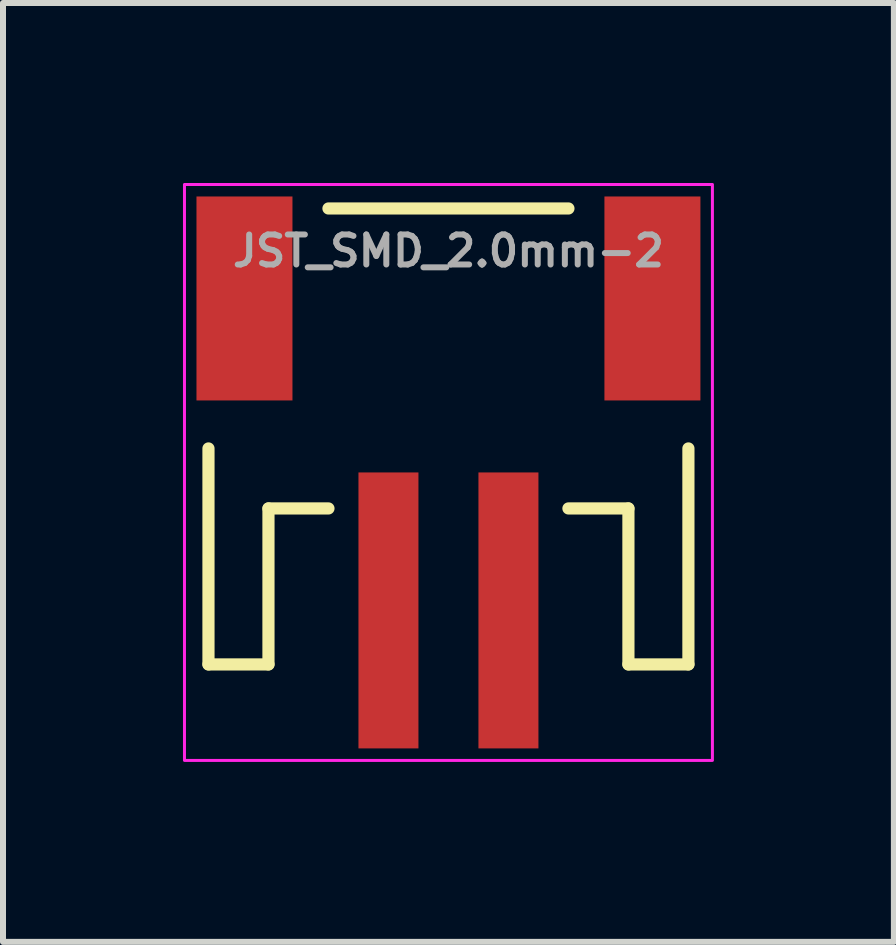
<source format=kicad_pcb>
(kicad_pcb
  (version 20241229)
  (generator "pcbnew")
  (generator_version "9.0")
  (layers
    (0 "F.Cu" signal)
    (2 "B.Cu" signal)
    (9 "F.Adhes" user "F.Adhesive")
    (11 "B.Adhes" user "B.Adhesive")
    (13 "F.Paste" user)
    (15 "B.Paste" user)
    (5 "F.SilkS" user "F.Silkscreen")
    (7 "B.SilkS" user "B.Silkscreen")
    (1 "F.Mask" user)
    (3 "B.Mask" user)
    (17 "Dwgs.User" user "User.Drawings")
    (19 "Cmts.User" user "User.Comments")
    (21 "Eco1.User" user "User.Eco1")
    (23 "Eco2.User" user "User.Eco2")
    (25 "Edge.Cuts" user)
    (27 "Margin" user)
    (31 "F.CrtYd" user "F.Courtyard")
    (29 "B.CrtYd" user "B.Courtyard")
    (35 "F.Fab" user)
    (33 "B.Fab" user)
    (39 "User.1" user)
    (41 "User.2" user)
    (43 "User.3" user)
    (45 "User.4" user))
  (footprint "JST_SMD_2.0mm-2"
    (layer "F.Cu")
    (at 4.425 3.425)
    (property "Reference" "JST_SMD_2.0mm-2" (at 0 -2 0) (layer "F.Fab") (effects (font (size 0.5 0.5) (thickness 0.1)) (justify bottom)))
    (attr smd)
    (fp_line (start -4 1) (end -4 4.6) (stroke (width 0.203) (type solid)) (layer "F.SilkS"))
    (fp_line (start -4 4.6) (end -3 4.6) (stroke (width 0.203) (type solid)) (layer "F.SilkS"))
    (fp_line (start -3 2) (end -2 2) (stroke (width 0.203) (type solid)) (layer "F.SilkS"))
    (fp_line (start -3 4.6) (end -3 2) (stroke (width 0.203) (type solid)) (layer "F.SilkS"))
    (fp_line (start 2 -3) (end -2 -3) (stroke (width 0.203) (type solid)) (layer "F.SilkS"))
    (fp_line (start 2 2) (end 3 2) (stroke (width 0.203) (type solid)) (layer "F.SilkS"))
    (fp_line (start 3 2) (end 3 4.6) (stroke (width 0.203) (type solid)) (layer "F.SilkS"))
    (fp_line (start 3 4.6) (end 4 4.6) (stroke (width 0.203) (type solid)) (layer "F.SilkS"))
    (fp_line (start 4 4.6) (end 4 1) (stroke (width 0.203) (type solid)) (layer "F.SilkS"))
    (fp_rect (start 4.4 -3.4) (end -4.4 6.2) (stroke (width 0.05) (type default)) (fill no) (layer "F.CrtYd"))
    (pad "1" smd rect (at -1 3.7) (size 1 4.6) (layers "F.Cu" "F.Mask" "F.Paste"))
    (pad "2" smd rect (at 1 3.7) (size 1 4.6) (layers "F.Cu" "F.Mask" "F.Paste"))
    (pad "NC1" smd rect (at -3.4 -1.5 90) (size 3.4 1.6) (layers "F.Cu" "F.Mask" "F.Paste"))
    (pad "NC2" smd rect (at 3.4 -1.5 90) (size 3.4 1.6) (layers "F.Cu" "F.Mask" "F.Paste")))
  (gr_rect
    (start -3 -3)
    (end 11.85 12.65)
    (stroke (width 0.1) (type default))
    (fill no)
    (layer "Edge.Cuts")))
</source>
